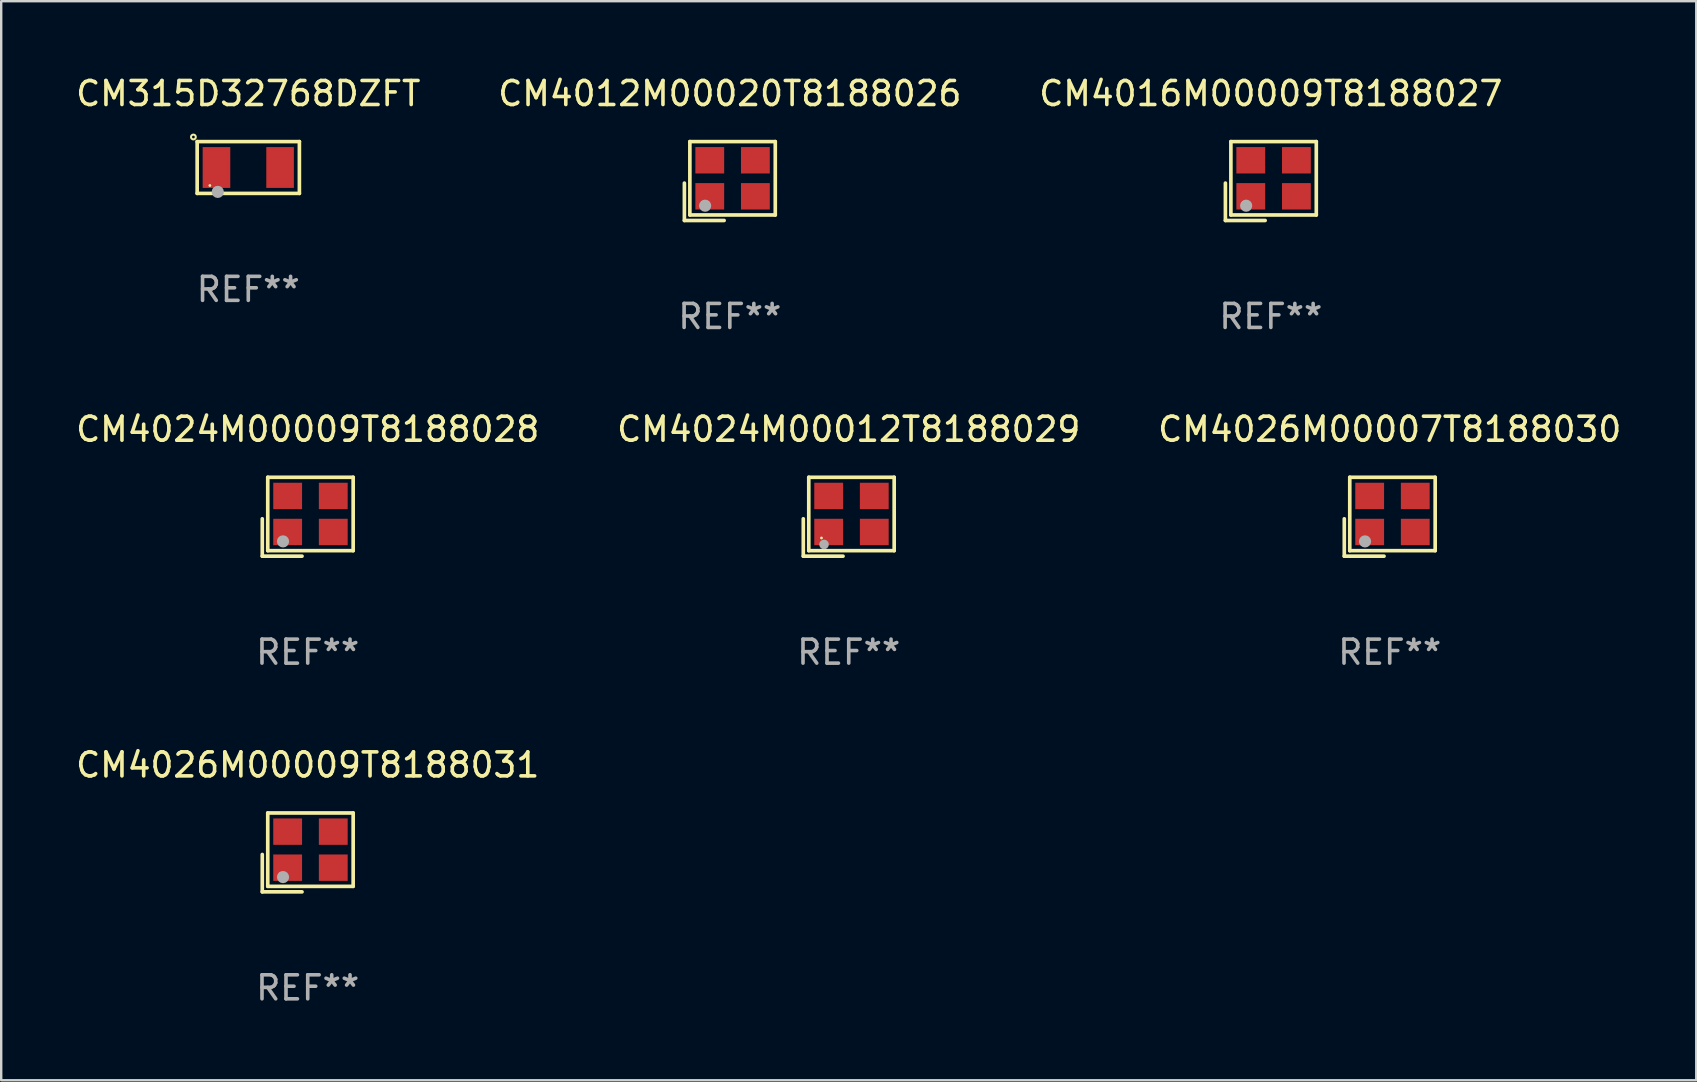
<source format=kicad_pcb>
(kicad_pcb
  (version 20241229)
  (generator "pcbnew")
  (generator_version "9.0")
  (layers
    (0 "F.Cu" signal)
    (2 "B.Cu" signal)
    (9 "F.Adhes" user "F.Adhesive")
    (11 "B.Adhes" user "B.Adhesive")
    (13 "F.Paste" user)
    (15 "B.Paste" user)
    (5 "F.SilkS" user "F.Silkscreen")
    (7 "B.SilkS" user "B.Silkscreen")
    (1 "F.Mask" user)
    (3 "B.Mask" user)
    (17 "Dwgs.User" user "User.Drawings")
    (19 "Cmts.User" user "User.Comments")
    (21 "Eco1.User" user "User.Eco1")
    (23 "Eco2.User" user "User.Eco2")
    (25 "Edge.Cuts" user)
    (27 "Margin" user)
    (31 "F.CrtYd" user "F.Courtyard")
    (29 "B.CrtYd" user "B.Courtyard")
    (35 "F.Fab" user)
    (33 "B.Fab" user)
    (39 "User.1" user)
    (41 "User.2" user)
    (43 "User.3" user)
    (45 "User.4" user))
  (footprint "CM4024M00009T8188028"
    (layer "F.Cu")
    (at 9.768 18.474)
    (property "Reference" "CM4024M00009T8188028" (at 0 -3.643 0) (layer "F.SilkS") (effects (font (size 1 1) (thickness 0.15))))
    (attr through_hole)
    (fp_line (start -1.893 0.086) (end -1.893 1.643) (stroke (width 0.152) (type solid)) (layer "F.SilkS"))
    (fp_line (start -1.893 1.643) (end -0.237 1.643) (stroke (width 0.152) (type solid)) (layer "F.SilkS"))
    (fp_line (start -1.665 -1.643) (end 1.893 -1.643) (stroke (width 0.152) (type solid)) (layer "F.SilkS"))
    (fp_line (start -1.665 1.414) (end -1.665 -1.643) (stroke (width 0.152) (type solid)) (layer "F.SilkS"))
    (fp_line (start 1.893 -1.643) (end 1.893 1.414) (stroke (width 0.152) (type solid)) (layer "F.SilkS"))
    (fp_line (start 1.893 1.414) (end -1.665 1.414) (stroke (width 0.152) (type solid)) (layer "F.SilkS"))
    (fp_circle (center -1.136 0.885) (end -1.106 0.885) (stroke (width 0.06) (type solid)) (fill no) (layer "F.SilkS"))
    (fp_circle (center -1.029 1.028) (end -0.902 1.028) (stroke (width 0.254) (type solid)) (fill no) (layer "F.Fab"))
    (fp_text user "REF**" (at 0 5.643 0) (layer "F.Fab") (effects (font (size 1 1) (thickness 0.15))))
    (pad "1" smd rect (at -0.836 0.636) (size 1.2 1.1) (layers "F.Cu" "F.Mask" "F.Paste"))
    (pad "2" smd rect (at 1.064 0.636) (size 1.2 1.1) (layers "F.Cu" "F.Mask" "F.Paste"))
    (pad "3" smd rect (at 1.064 -0.865) (size 1.2 1.1) (layers "F.Cu" "F.Mask" "F.Paste"))
    (pad "4" smd rect (at -0.836 -0.865) (size 1.2 1.1) (layers "F.Cu" "F.Mask" "F.Paste")))
  (footprint "CM4012M00020T8188026"
    (layer "F.Cu")
    (at 27.351 4.491)
    (property "Reference" "CM4012M00020T8188026" (at 0 -3.643 0) (layer "F.SilkS") (effects (font (size 1 1) (thickness 0.15))))
    (attr through_hole)
    (fp_line (start -1.893 0.086) (end -1.893 1.643) (stroke (width 0.152) (type solid)) (layer "F.SilkS"))
    (fp_line (start -1.893 1.643) (end -0.237 1.643) (stroke (width 0.152) (type solid)) (layer "F.SilkS"))
    (fp_line (start -1.665 -1.643) (end 1.893 -1.643) (stroke (width 0.152) (type solid)) (layer "F.SilkS"))
    (fp_line (start -1.665 1.414) (end -1.665 -1.643) (stroke (width 0.152) (type solid)) (layer "F.SilkS"))
    (fp_line (start 1.893 -1.643) (end 1.893 1.414) (stroke (width 0.152) (type solid)) (layer "F.SilkS"))
    (fp_line (start 1.893 1.414) (end -1.665 1.414) (stroke (width 0.152) (type solid)) (layer "F.SilkS"))
    (fp_circle (center -1.136 0.885) (end -1.106 0.885) (stroke (width 0.06) (type solid)) (fill no) (layer "F.SilkS"))
    (fp_circle (center -1.029 1.028) (end -0.902 1.028) (stroke (width 0.254) (type solid)) (fill no) (layer "F.Fab"))
    (fp_text user "REF**" (at 0 5.643 0) (layer "F.Fab") (effects (font (size 1 1) (thickness 0.15))))
    (pad "1" smd rect (at -0.836 0.636) (size 1.2 1.1) (layers "F.Cu" "F.Mask" "F.Paste"))
    (pad "2" smd rect (at 1.064 0.636) (size 1.2 1.1) (layers "F.Cu" "F.Mask" "F.Paste"))
    (pad "3" smd rect (at 1.064 -0.865) (size 1.2 1.1) (layers "F.Cu" "F.Mask" "F.Paste"))
    (pad "4" smd rect (at -0.836 -0.865) (size 1.2 1.1) (layers "F.Cu" "F.Mask" "F.Paste")))
  (footprint "CM4016M00009T8188027"
    (layer "F.Cu")
    (at 49.887 4.491)
    (property "Reference" "CM4016M00009T8188027" (at 0 -3.643 0) (layer "F.SilkS") (effects (font (size 1 1) (thickness 0.15))))
    (attr through_hole)
    (fp_line (start -1.893 0.086) (end -1.893 1.643) (stroke (width 0.152) (type solid)) (layer "F.SilkS"))
    (fp_line (start -1.893 1.643) (end -0.237 1.643) (stroke (width 0.152) (type solid)) (layer "F.SilkS"))
    (fp_line (start -1.665 -1.643) (end 1.893 -1.643) (stroke (width 0.152) (type solid)) (layer "F.SilkS"))
    (fp_line (start -1.665 1.414) (end -1.665 -1.643) (stroke (width 0.152) (type solid)) (layer "F.SilkS"))
    (fp_line (start 1.893 -1.643) (end 1.893 1.414) (stroke (width 0.152) (type solid)) (layer "F.SilkS"))
    (fp_line (start 1.893 1.414) (end -1.665 1.414) (stroke (width 0.152) (type solid)) (layer "F.SilkS"))
    (fp_circle (center -1.136 0.885) (end -1.106 0.885) (stroke (width 0.06) (type solid)) (fill no) (layer "F.SilkS"))
    (fp_circle (center -1.029 1.028) (end -0.902 1.028) (stroke (width 0.254) (type solid)) (fill no) (layer "F.Fab"))
    (fp_text user "REF**" (at 0 5.643 0) (layer "F.Fab") (effects (font (size 1 1) (thickness 0.15))))
    (pad "1" smd rect (at -0.836 0.636) (size 1.2 1.1) (layers "F.Cu" "F.Mask" "F.Paste"))
    (pad "2" smd rect (at 1.064 0.636) (size 1.2 1.1) (layers "F.Cu" "F.Mask" "F.Paste"))
    (pad "3" smd rect (at 1.064 -0.865) (size 1.2 1.1) (layers "F.Cu" "F.Mask" "F.Paste"))
    (pad "4" smd rect (at -0.836 -0.865) (size 1.2 1.1) (layers "F.Cu" "F.Mask" "F.Paste")))
  (footprint "CM315D32768DZFT"
    (layer "F.Cu")
    (at 7.292 3.927)
    (property "Reference" "CM315D32768DZFT" (at 0 -3.079 0) (layer "F.SilkS") (effects (font (size 1 1) (thickness 0.15))))
    (attr through_hole)
    (fp_line (start -2.129 -1.079) (end 2.129 -1.079) (stroke (width 0.152) (type solid)) (layer "F.SilkS"))
    (fp_line (start -2.129 1.079) (end -2.129 -1.079) (stroke (width 0.152) (type solid)) (layer "F.SilkS"))
    (fp_line (start 2.129 -1.079) (end 2.129 1.079) (stroke (width 0.152) (type solid)) (layer "F.SilkS"))
    (fp_line (start 2.129 1.079) (end -2.129 1.079) (stroke (width 0.152) (type solid)) (layer "F.SilkS"))
    (fp_circle (center -2.286 -1.27) (end -2.186 -1.27) (stroke (width 0.085) (type solid)) (fill no) (layer "F.SilkS"))
    (fp_circle (center -1.6 0.75) (end -1.57 0.75) (stroke (width 0.06) (type solid)) (fill no) (layer "F.SilkS"))
    (fp_circle (center -1.27 1.016) (end -1.143 1.016) (stroke (width 0.254) (type solid)) (fill no) (layer "F.Fab"))
    (fp_text user "REF**" (at 0 5.079 0) (layer "F.Fab") (effects (font (size 1 1) (thickness 0.15))))
    (pad "1" smd rect (at -1.325 0) (size 1.15 1.7) (layers "F.Cu" "F.Mask" "F.Paste"))
    (pad "2" smd rect (at 1.325 0) (size 1.15 1.7) (layers "F.Cu" "F.Mask" "F.Paste")))
  (footprint "CM4026M00009T8188031"
    (layer "F.Cu")
    (at 9.768 32.457)
    (property "Reference" "CM4026M00009T8188031" (at 0 -3.643 0) (layer "F.SilkS") (effects (font (size 1 1) (thickness 0.15))))
    (attr through_hole)
    (fp_line (start -1.893 0.086) (end -1.893 1.643) (stroke (width 0.152) (type solid)) (layer "F.SilkS"))
    (fp_line (start -1.893 1.643) (end -0.237 1.643) (stroke (width 0.152) (type solid)) (layer "F.SilkS"))
    (fp_line (start -1.665 -1.643) (end 1.893 -1.643) (stroke (width 0.152) (type solid)) (layer "F.SilkS"))
    (fp_line (start -1.665 1.414) (end -1.665 -1.643) (stroke (width 0.152) (type solid)) (layer "F.SilkS"))
    (fp_line (start 1.893 -1.643) (end 1.893 1.414) (stroke (width 0.152) (type solid)) (layer "F.SilkS"))
    (fp_line (start 1.893 1.414) (end -1.665 1.414) (stroke (width 0.152) (type solid)) (layer "F.SilkS"))
    (fp_circle (center -1.136 0.885) (end -1.106 0.885) (stroke (width 0.06) (type solid)) (fill no) (layer "F.SilkS"))
    (fp_circle (center -1.029 1.028) (end -0.902 1.028) (stroke (width 0.254) (type solid)) (fill no) (layer "F.Fab"))
    (fp_text user "REF**" (at 0 5.643 0) (layer "F.Fab") (effects (font (size 1 1) (thickness 0.15))))
    (pad "1" smd rect (at -0.836 0.636) (size 1.2 1.1) (layers "F.Cu" "F.Mask" "F.Paste"))
    (pad "2" smd rect (at 1.064 0.636) (size 1.2 1.1) (layers "F.Cu" "F.Mask" "F.Paste"))
    (pad "3" smd rect (at 1.064 -0.865) (size 1.2 1.1) (layers "F.Cu" "F.Mask" "F.Paste"))
    (pad "4" smd rect (at -0.836 -0.865) (size 1.2 1.1) (layers "F.Cu" "F.Mask" "F.Paste")))
  (footprint "CM4024M00012T8188029"
    (layer "F.Cu")
    (at 32.304 18.474)
    (property "Reference" "CM4024M00012T8188029" (at 0 -3.643 0) (layer "F.SilkS") (effects (font (size 1 1) (thickness 0.15))))
    (attr through_hole)
    (fp_line (start -1.893 0.086) (end -1.893 1.643) (stroke (width 0.152) (type solid)) (layer "F.SilkS"))
    (fp_line (start -1.893 1.643) (end -0.237 1.643) (stroke (width 0.152) (type solid)) (layer "F.SilkS"))
    (fp_line (start -1.665 -1.643) (end 1.893 -1.643) (stroke (width 0.152) (type solid)) (layer "F.SilkS"))
    (fp_line (start -1.665 1.414) (end -1.665 -1.643) (stroke (width 0.152) (type solid)) (layer "F.SilkS"))
    (fp_line (start 1.893 -1.643) (end 1.893 1.414) (stroke (width 0.152) (type solid)) (layer "F.SilkS"))
    (fp_line (start 1.893 1.414) (end -1.665 1.414) (stroke (width 0.152) (type solid)) (layer "F.SilkS"))
    (fp_circle (center -1.136 0.885) (end -1.106 0.885) (stroke (width 0.06) (type solid)) (fill no) (layer "F.SilkS"))
    (fp_circle (center -1.029 1.155) (end -0.929 1.155) (stroke (width 0.2) (type solid)) (fill no) (layer "F.Fab"))
    (fp_text user "REF**" (at 0 5.643 0) (layer "F.Fab") (effects (font (size 1 1) (thickness 0.15))))
    (pad "1" smd rect (at -0.836 0.636) (size 1.2 1.1) (layers "F.Cu" "F.Mask" "F.Paste"))
    (pad "2" smd rect (at 1.064 0.636) (size 1.2 1.1) (layers "F.Cu" "F.Mask" "F.Paste"))
    (pad "3" smd rect (at 1.064 -0.865) (size 1.2 1.1) (layers "F.Cu" "F.Mask" "F.Paste"))
    (pad "4" smd rect (at -0.836 -0.865) (size 1.2 1.1) (layers "F.Cu" "F.Mask" "F.Paste")))
  (footprint "CM4026M00007T8188030"
    (layer "F.Cu")
    (at 54.839 18.474)
    (property "Reference" "CM4026M00007T8188030" (at 0 -3.643 0) (layer "F.SilkS") (effects (font (size 1 1) (thickness 0.15))))
    (attr through_hole)
    (fp_line (start -1.893 0.086) (end -1.893 1.643) (stroke (width 0.152) (type solid)) (layer "F.SilkS"))
    (fp_line (start -1.893 1.643) (end -0.237 1.643) (stroke (width 0.152) (type solid)) (layer "F.SilkS"))
    (fp_line (start -1.665 -1.643) (end 1.893 -1.643) (stroke (width 0.152) (type solid)) (layer "F.SilkS"))
    (fp_line (start -1.665 1.414) (end -1.665 -1.643) (stroke (width 0.152) (type solid)) (layer "F.SilkS"))
    (fp_line (start 1.893 -1.643) (end 1.893 1.414) (stroke (width 0.152) (type solid)) (layer "F.SilkS"))
    (fp_line (start 1.893 1.414) (end -1.665 1.414) (stroke (width 0.152) (type solid)) (layer "F.SilkS"))
    (fp_circle (center -1.136 0.885) (end -1.106 0.885) (stroke (width 0.06) (type solid)) (fill no) (layer "F.SilkS"))
    (fp_circle (center -1.029 1.028) (end -0.902 1.028) (stroke (width 0.254) (type solid)) (fill no) (layer "F.Fab"))
    (fp_text user "REF**" (at 0 5.643 0) (layer "F.Fab") (effects (font (size 1 1) (thickness 0.15))))
    (pad "1" smd rect (at -0.836 0.636) (size 1.2 1.1) (layers "F.Cu" "F.Mask" "F.Paste"))
    (pad "2" smd rect (at 1.064 0.636) (size 1.2 1.1) (layers "F.Cu" "F.Mask" "F.Paste"))
    (pad "3" smd rect (at 1.064 -0.865) (size 1.2 1.1) (layers "F.Cu" "F.Mask" "F.Paste"))
    (pad "4" smd rect (at -0.836 -0.865) (size 1.2 1.1) (layers "F.Cu" "F.Mask" "F.Paste")))
  (gr_rect
    (start -3 -3)
    (end 67.607 41.948)
    (stroke (width 0.1) (type default))
    (fill no)
    (layer "Edge.Cuts")))
</source>
